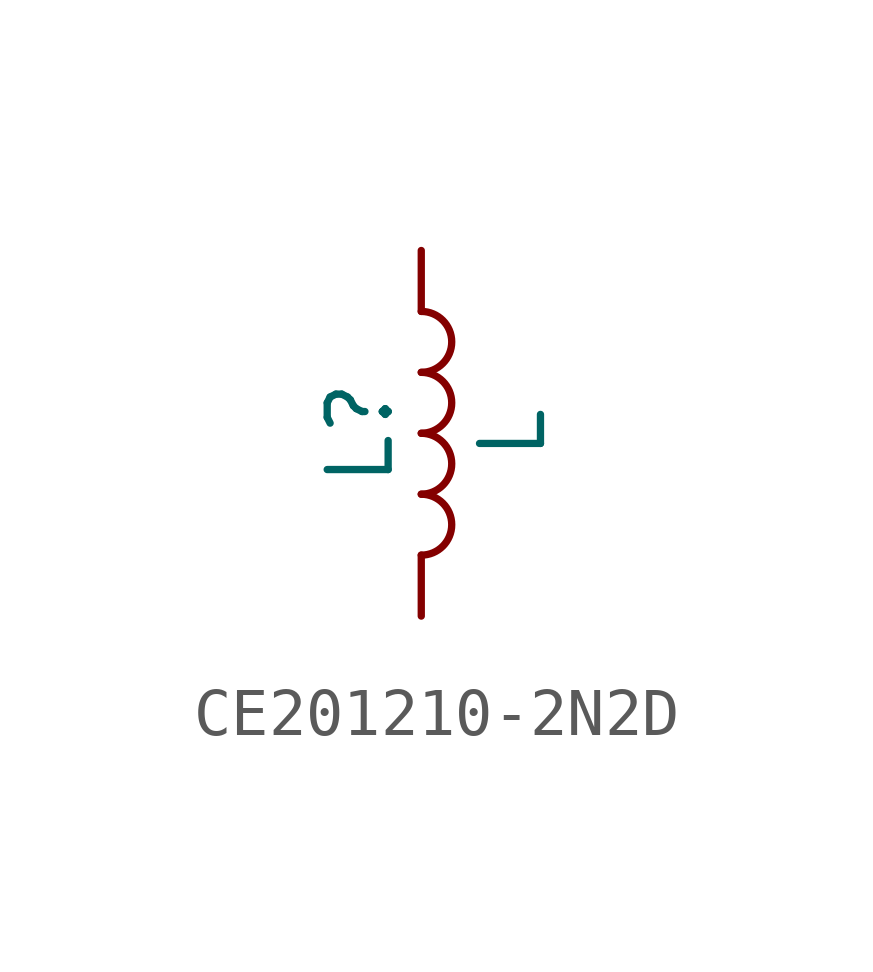
<source format=kicad_sym>
(kicad_symbol_lib
  (version 20241209)
  (generator "kicad_symbol_editor")
  (generator_version "9.0")
  (symbol "CE201210-2N2D"
    (pin_numbers
      (hide yes))
    (pin_names
      (offset 1.016)
      (hide yes))
    (property "Reference" "L"
      (at -1.27 0 90)
      (effects (font (size 1.27 1.27))))
    (property "Value" "L"
      (at 1.905 0 90)
      (effects (font (size 1.27 1.27))))
    (symbol "CE201210-2N2D_0_1"
      (arc (start 0 2.54) (mid 0.6323 1.905) (end 0 1.27) (stroke (width 0) (type default)) (fill (type none)))
      (arc (start 0 1.27) (mid 0.6323 0.635) (end 0 0) (stroke (width 0) (type default)) (fill (type none)))
      (arc (start 0 0) (mid 0.6323 -0.635) (end 0 -1.27) (stroke (width 0) (type default)) (fill (type none)))
      (arc (start 0 -1.27) (mid 0.6323 -1.905) (end 0 -2.54) (stroke (width 0) (type default)) (fill (type none))))
    (symbol "CE201210-2N2D_1_1"
      (pin passive line (at 0 3.81 270) (length 1.27) (name "1" (effects (font (size 1.27 1.27)))) (number "1" (effects (font (size 1.27 1.27)))))
      (pin passive line (at 0 -3.81 90) (length 1.27) (name "2" (effects (font (size 1.27 1.27)))) (number "2" (effects (font (size 1.27 1.27))))))))
</source>
